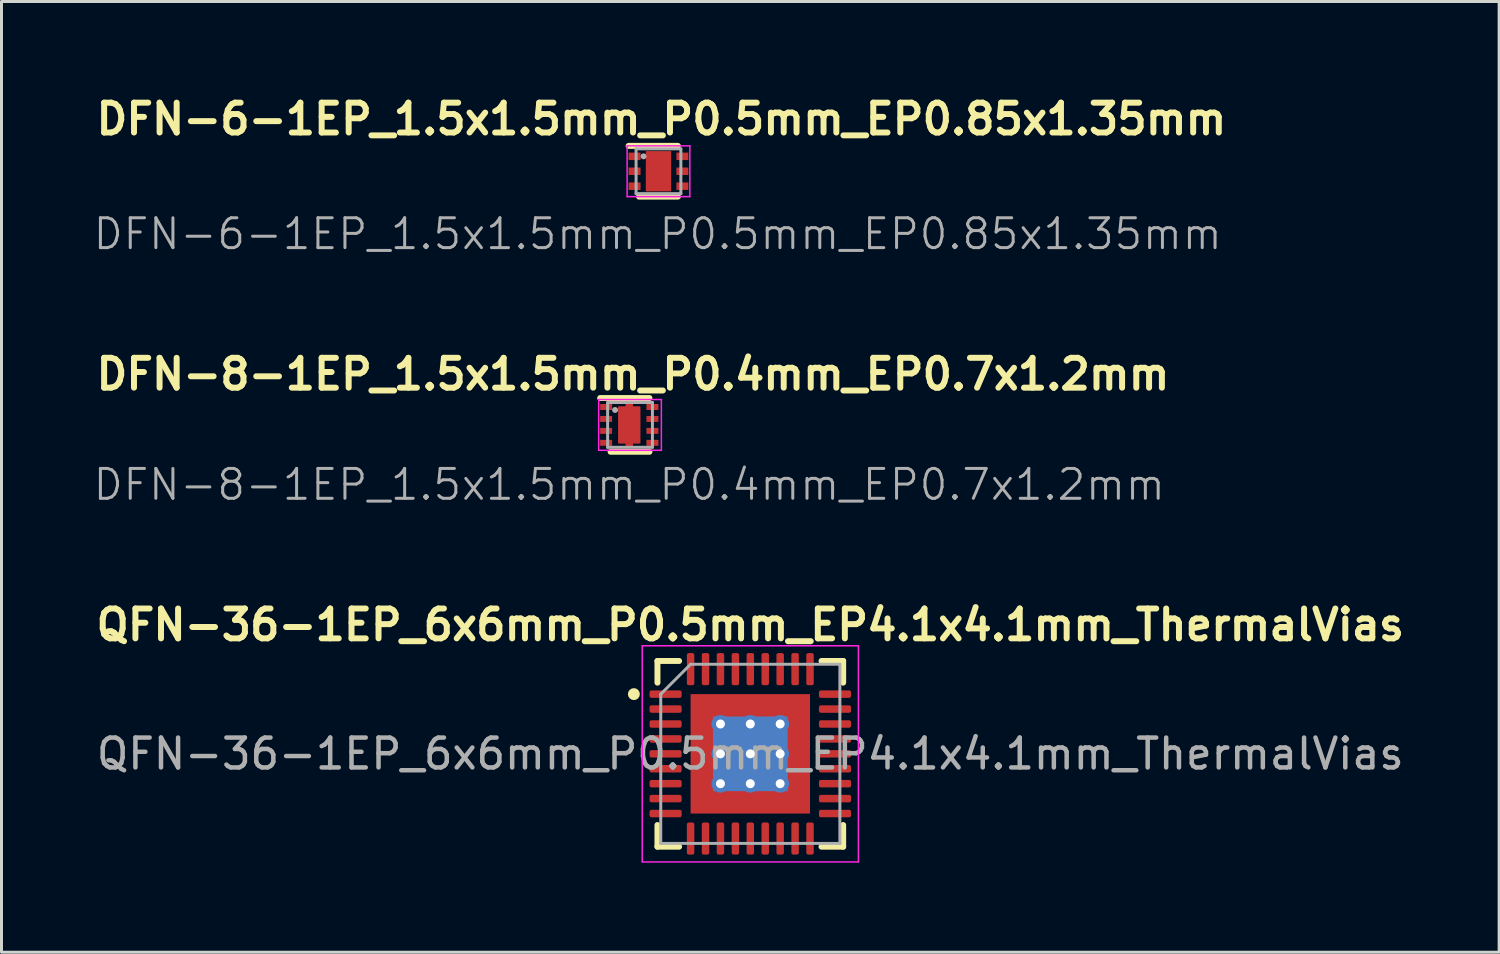
<source format=kicad_pcb>
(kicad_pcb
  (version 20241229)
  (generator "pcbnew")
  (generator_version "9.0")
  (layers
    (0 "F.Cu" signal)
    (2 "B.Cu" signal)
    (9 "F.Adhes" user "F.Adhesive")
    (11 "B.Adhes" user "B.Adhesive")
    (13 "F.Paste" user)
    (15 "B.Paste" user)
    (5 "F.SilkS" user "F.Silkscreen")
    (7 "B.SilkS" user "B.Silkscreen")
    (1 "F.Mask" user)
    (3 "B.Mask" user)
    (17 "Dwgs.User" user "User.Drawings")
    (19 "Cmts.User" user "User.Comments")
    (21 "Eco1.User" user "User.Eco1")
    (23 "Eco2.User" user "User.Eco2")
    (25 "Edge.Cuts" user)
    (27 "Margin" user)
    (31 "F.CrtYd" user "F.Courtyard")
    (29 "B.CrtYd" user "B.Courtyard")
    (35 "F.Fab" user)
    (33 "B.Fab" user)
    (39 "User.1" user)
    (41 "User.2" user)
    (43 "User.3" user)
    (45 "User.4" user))
  (footprint "DFN-6-1EP_1.5x1.5mm_P0.5mm_EP0.85x1.35mm"
    (layer "F.Cu")
    (at 18.23 2.186)
    (property "Reference" "DFN-6-1EP_1.5x1.5mm_P0.5mm_EP0.85x1.35mm" (at 0.875 -1.25 0) (layer "F.SilkS") (effects (font (size 1 1) (thickness 0.2))))
    (attr smd)
    (fp_line (start 1.425 -0.35) (end -0.225 -0.35) (stroke (width 0.2) (type solid)) (layer "F.SilkS"))
    (fp_line (start 1.425 1.35) (end 0.125 1.35) (stroke (width 0.2) (type solid)) (layer "F.SilkS"))
    (fp_line (start -0.275 -0.35) (end -0.275 1.35) (stroke (width 0.05) (type solid)) (layer "F.CrtYd"))
    (fp_line (start -0.275 1.35) (end 1.825 1.35) (stroke (width 0.05) (type solid)) (layer "F.CrtYd"))
    (fp_line (start 1.825 -0.35) (end -0.275 -0.35) (stroke (width 0.05) (type solid)) (layer "F.CrtYd"))
    (fp_line (start 1.825 1.35) (end 1.825 -0.35) (stroke (width 0.05) (type solid)) (layer "F.CrtYd"))
    (fp_line (start 0.025 -0.25) (end 0.025 1.25) (stroke (width 0.1) (type solid)) (layer "F.Fab"))
    (fp_line (start 0.025 1.25) (end 1.525 1.25) (stroke (width 0.1) (type solid)) (layer "F.Fab"))
    (fp_line (start 1.525 -0.25) (end 0.025 -0.25) (stroke (width 0.1) (type solid)) (layer "F.Fab"))
    (fp_line (start 1.525 1.25) (end 1.525 -0.25) (stroke (width 0.1) (type solid)) (layer "F.Fab"))
    (fp_circle (center 0.275 0) (end 0.325 0) (stroke (width 0.1) (type solid)) (fill no) (layer "F.Fab"))
    (fp_text user "${REFERENCE}" (at 0.75 2.6 0) (layer "F.Fab") (effects (font (size 1 1) (thickness 0.1))))
    (pad "1" smd rect (at -0.025 0) (size 0.4 0.25) (layers "F.Cu" "F.Mask" "F.Paste"))
    (pad "2" smd rect (at -0.025 0.5) (size 0.4 0.25) (layers "F.Cu" "F.Mask" "F.Paste"))
    (pad "3" smd rect (at -0.025 1) (size 0.4 0.25) (layers "F.Cu" "F.Mask" "F.Paste"))
    (pad "4" smd rect (at 1.575 1) (size 0.4 0.25) (layers "F.Cu" "F.Mask" "F.Paste"))
    (pad "5" smd rect (at 1.575 0.5) (size 0.4 0.25) (layers "F.Cu" "F.Mask" "F.Paste"))
    (pad "6" smd rect (at 0.775 0.5) (size 0.85 1.35) (layers "F.Cu" "F.Mask" "F.Paste"))
    (pad "6" smd rect (at 1.575 0) (size 0.4 0.25) (layers "F.Cu" "F.Mask" "F.Paste")))
  (footprint "QFN-36-1EP_6x6mm_P0.5mm_EP4.1x4.1mm_ThermalVias"
    (layer "F.Cu")
    (at 22.081 22.199)
    (property "Reference" "QFN-36-1EP_6x6mm_P0.5mm_EP4.1x4.1mm_ThermalVias" (at 0 -4.32 0) (layer "F.SilkS") (effects (font (size 1 1) (thickness 0.2))))
    (attr smd)
    (fp_line (start -3.11 -3.11) (end -3.11 -2.385) (stroke (width 0.2) (type solid)) (layer "F.SilkS"))
    (fp_line (start -3.11 3.11) (end -3.11 2.385) (stroke (width 0.2) (type solid)) (layer "F.SilkS"))
    (fp_line (start -2.385 -3.11) (end -3.11 -3.11) (stroke (width 0.2) (type solid)) (layer "F.SilkS"))
    (fp_line (start -2.385 3.11) (end -3.11 3.11) (stroke (width 0.2) (type solid)) (layer "F.SilkS"))
    (fp_line (start 2.385 -3.11) (end 3.11 -3.11) (stroke (width 0.2) (type solid)) (layer "F.SilkS"))
    (fp_line (start 2.385 3.11) (end 3.11 3.11) (stroke (width 0.2) (type solid)) (layer "F.SilkS"))
    (fp_line (start 3.11 -3.11) (end 3.11 -2.385) (stroke (width 0.2) (type solid)) (layer "F.SilkS"))
    (fp_line (start 3.11 3.11) (end 3.11 2.385) (stroke (width 0.2) (type solid)) (layer "F.SilkS"))
    (fp_circle (center -3.9 -2) (end -3.8 -2) (stroke (width 0.2) (type solid)) (fill no) (layer "F.SilkS"))
    (fp_line (start -3.62 -3.62) (end -3.62 3.62) (stroke (width 0.05) (type solid)) (layer "F.CrtYd"))
    (fp_line (start -3.62 3.62) (end 3.62 3.62) (stroke (width 0.05) (type solid)) (layer "F.CrtYd"))
    (fp_line (start 3.62 -3.62) (end -3.62 -3.62) (stroke (width 0.05) (type solid)) (layer "F.CrtYd"))
    (fp_line (start 3.62 3.62) (end 3.62 -3.62) (stroke (width 0.05) (type solid)) (layer "F.CrtYd"))
    (fp_line (start -3 -2) (end -2 -3) (stroke (width 0.1) (type solid)) (layer "F.Fab"))
    (fp_line (start -3 3) (end -3 -2) (stroke (width 0.1) (type solid)) (layer "F.Fab"))
    (fp_line (start -2 -3) (end 3 -3) (stroke (width 0.1) (type solid)) (layer "F.Fab"))
    (fp_line (start 3 -3) (end 3 3) (stroke (width 0.1) (type solid)) (layer "F.Fab"))
    (fp_line (start 3 3) (end -3 3) (stroke (width 0.1) (type solid)) (layer "F.Fab"))
    (fp_text user "${REFERENCE}" (at 0 0 0) (layer "F.Fab") (effects (font (size 1 1) (thickness 0.15))))
    (pad "" smd roundrect (at -1.525 -1.525) (size 0.847 0.847) (layers "F.Paste") (roundrect_rratio 0.25))
    (pad "" smd roundrect (at -1.525 -0.5) (size 0.847 0.806) (layers "F.Paste") (roundrect_rratio 0.25))
    (pad "" smd roundrect (at -1.525 0.5) (size 0.847 0.806) (layers "F.Paste") (roundrect_rratio 0.25))
    (pad "" smd roundrect (at -1.525 1.525) (size 0.847 0.847) (layers "F.Paste") (roundrect_rratio 0.25))
    (pad "" smd roundrect (at -0.5 -1.525) (size 0.806 0.847) (layers "F.Paste") (roundrect_rratio 0.25))
    (pad "" smd roundrect (at -0.5 -0.5) (size 0.806 0.806) (layers "F.Paste") (roundrect_rratio 0.25))
    (pad "" smd roundrect (at -0.5 0.5) (size 0.806 0.806) (layers "F.Paste") (roundrect_rratio 0.25))
    (pad "" smd roundrect (at -0.5 1.525) (size 0.806 0.847) (layers "F.Paste") (roundrect_rratio 0.25))
    (pad "" smd roundrect (at 0.5 -1.525) (size 0.806 0.847) (layers "F.Paste") (roundrect_rratio 0.25))
    (pad "" smd roundrect (at 0.5 -0.5) (size 0.806 0.806) (layers "F.Paste") (roundrect_rratio 0.25))
    (pad "" smd roundrect (at 0.5 0.5) (size 0.806 0.806) (layers "F.Paste") (roundrect_rratio 0.25))
    (pad "" smd roundrect (at 0.5 1.525) (size 0.806 0.847) (layers "F.Paste") (roundrect_rratio 0.25))
    (pad "" smd roundrect (at 1.525 -1.525) (size 0.847 0.847) (layers "F.Paste") (roundrect_rratio 0.25))
    (pad "" smd roundrect (at 1.525 -0.5) (size 0.847 0.806) (layers "F.Paste") (roundrect_rratio 0.25))
    (pad "" smd roundrect (at 1.525 0.5) (size 0.847 0.806) (layers "F.Paste") (roundrect_rratio 0.25))
    (pad "" smd roundrect (at 1.525 1.525) (size 0.847 0.847) (layers "F.Paste") (roundrect_rratio 0.25))
    (pad "1" smd roundrect (at -2.837 -2) (size 1.075 0.25) (layers "F.Cu" "F.Mask" "F.Paste") (roundrect_rratio 0.25))
    (pad "2" smd roundrect (at -2.837 -1.5) (size 1.075 0.25) (layers "F.Cu" "F.Mask" "F.Paste") (roundrect_rratio 0.25))
    (pad "3" smd roundrect (at -2.837 -1) (size 1.075 0.25) (layers "F.Cu" "F.Mask" "F.Paste") (roundrect_rratio 0.25))
    (pad "4" smd roundrect (at -2.837 -0.5) (size 1.075 0.25) (layers "F.Cu" "F.Mask" "F.Paste") (roundrect_rratio 0.25))
    (pad "5" smd roundrect (at -2.837 0) (size 1.075 0.25) (layers "F.Cu" "F.Mask" "F.Paste") (roundrect_rratio 0.25))
    (pad "6" smd roundrect (at -2.837 0.5) (size 1.075 0.25) (layers "F.Cu" "F.Mask" "F.Paste") (roundrect_rratio 0.25))
    (pad "7" smd roundrect (at -2.837 1) (size 1.075 0.25) (layers "F.Cu" "F.Mask" "F.Paste") (roundrect_rratio 0.25))
    (pad "8" smd roundrect (at -2.837 1.5) (size 1.075 0.25) (layers "F.Cu" "F.Mask" "F.Paste") (roundrect_rratio 0.25))
    (pad "9" smd roundrect (at -2.837 2) (size 1.075 0.25) (layers "F.Cu" "F.Mask" "F.Paste") (roundrect_rratio 0.25))
    (pad "10" smd roundrect (at -2 2.837) (size 0.25 1.075) (layers "F.Cu" "F.Mask" "F.Paste") (roundrect_rratio 0.25))
    (pad "11" smd roundrect (at -1.5 2.837) (size 0.25 1.075) (layers "F.Cu" "F.Mask" "F.Paste") (roundrect_rratio 0.25))
    (pad "12" smd roundrect (at -1 2.837) (size 0.25 1.075) (layers "F.Cu" "F.Mask" "F.Paste") (roundrect_rratio 0.25))
    (pad "13" smd roundrect (at -0.5 2.837) (size 0.25 1.075) (layers "F.Cu" "F.Mask" "F.Paste") (roundrect_rratio 0.25))
    (pad "14" smd roundrect (at 0 2.837) (size 0.25 1.075) (layers "F.Cu" "F.Mask" "F.Paste") (roundrect_rratio 0.25))
    (pad "15" smd roundrect (at 0.5 2.837) (size 0.25 1.075) (layers "F.Cu" "F.Mask" "F.Paste") (roundrect_rratio 0.25))
    (pad "16" smd roundrect (at 1 2.837) (size 0.25 1.075) (layers "F.Cu" "F.Mask" "F.Paste") (roundrect_rratio 0.25))
    (pad "17" smd roundrect (at 1.5 2.837) (size 0.25 1.075) (layers "F.Cu" "F.Mask" "F.Paste") (roundrect_rratio 0.25))
    (pad "18" smd roundrect (at 2 2.837) (size 0.25 1.075) (layers "F.Cu" "F.Mask" "F.Paste") (roundrect_rratio 0.25))
    (pad "19" smd roundrect (at 2.837 2) (size 1.075 0.25) (layers "F.Cu" "F.Mask" "F.Paste") (roundrect_rratio 0.25))
    (pad "20" smd roundrect (at 2.837 1.5) (size 1.075 0.25) (layers "F.Cu" "F.Mask" "F.Paste") (roundrect_rratio 0.25))
    (pad "21" smd roundrect (at 2.837 1) (size 1.075 0.25) (layers "F.Cu" "F.Mask" "F.Paste") (roundrect_rratio 0.25))
    (pad "22" smd roundrect (at 2.837 0.5) (size 1.075 0.25) (layers "F.Cu" "F.Mask" "F.Paste") (roundrect_rratio 0.25))
    (pad "23" smd roundrect (at 2.837 0) (size 1.075 0.25) (layers "F.Cu" "F.Mask" "F.Paste") (roundrect_rratio 0.25))
    (pad "24" smd roundrect (at 2.837 -0.5) (size 1.075 0.25) (layers "F.Cu" "F.Mask" "F.Paste") (roundrect_rratio 0.25))
    (pad "25" smd roundrect (at 2.837 -1) (size 1.075 0.25) (layers "F.Cu" "F.Mask" "F.Paste") (roundrect_rratio 0.25))
    (pad "26" smd roundrect (at 2.837 -1.5) (size 1.075 0.25) (layers "F.Cu" "F.Mask" "F.Paste") (roundrect_rratio 0.25))
    (pad "27" smd roundrect (at 2.837 -2) (size 1.075 0.25) (layers "F.Cu" "F.Mask" "F.Paste") (roundrect_rratio 0.25))
    (pad "28" smd roundrect (at 2 -2.837) (size 0.25 1.075) (layers "F.Cu" "F.Mask" "F.Paste") (roundrect_rratio 0.25))
    (pad "29" smd roundrect (at 1.5 -2.837) (size 0.25 1.075) (layers "F.Cu" "F.Mask" "F.Paste") (roundrect_rratio 0.25))
    (pad "30" smd roundrect (at 1 -2.837) (size 0.25 1.075) (layers "F.Cu" "F.Mask" "F.Paste") (roundrect_rratio 0.25))
    (pad "31" smd roundrect (at 0.5 -2.837) (size 0.25 1.075) (layers "F.Cu" "F.Mask" "F.Paste") (roundrect_rratio 0.25))
    (pad "32" smd roundrect (at 0 -2.837) (size 0.25 1.075) (layers "F.Cu" "F.Mask" "F.Paste") (roundrect_rratio 0.25))
    (pad "33" smd roundrect (at -0.5 -2.837) (size 0.25 1.075) (layers "F.Cu" "F.Mask" "F.Paste") (roundrect_rratio 0.25))
    (pad "34" smd roundrect (at -1 -2.837) (size 0.25 1.075) (layers "F.Cu" "F.Mask" "F.Paste") (roundrect_rratio 0.25))
    (pad "35" smd roundrect (at -1.5 -2.837) (size 0.25 1.075) (layers "F.Cu" "F.Mask" "F.Paste") (roundrect_rratio 0.25))
    (pad "36" smd roundrect (at -2 -2.837) (size 0.25 1.075) (layers "F.Cu" "F.Mask" "F.Paste") (roundrect_rratio 0.25))
    (pad "37" thru_hole circle (at -1 -1) (size 0.6 0.6) (drill 0.3) (layers "*.Cu"))
    (pad "37" thru_hole circle (at -1 0) (size 0.6 0.6) (drill 0.3) (layers "*.Cu"))
    (pad "37" thru_hole circle (at -1 1) (size 0.6 0.6) (drill 0.3) (layers "*.Cu"))
    (pad "37" thru_hole circle (at 0 -1) (size 0.6 0.6) (drill 0.3) (layers "*.Cu"))
    (pad "37" thru_hole circle (at 0 0) (size 0.6 0.6) (drill 0.3) (layers "*.Cu"))
    (pad "37" smd rect (at 0 0) (size 2.5 2.5) (layers "B.Cu"))
    (pad "37" smd rect (at 0 0) (size 4 4) (layers "F.Cu" "F.Mask"))
    (pad "37" thru_hole circle (at 0 1) (size 0.6 0.6) (drill 0.3) (layers "*.Cu"))
    (pad "37" thru_hole circle (at 1 -1) (size 0.6 0.6) (drill 0.3) (layers "*.Cu"))
    (pad "37" thru_hole circle (at 1 0) (size 0.6 0.6) (drill 0.3) (layers "*.Cu"))
    (pad "37" thru_hole circle (at 1 1) (size 0.6 0.6) (drill 0.3) (layers "*.Cu")))
  (footprint "DFN-8-1EP_1.5x1.5mm_P0.4mm_EP0.7x1.2mm"
    (layer "F.Cu")
    (at 17.277 10.582)
    (property "Reference" "DFN-8-1EP_1.5x1.5mm_P0.4mm_EP0.7x1.2mm" (at 0.875 -1.1 0) (layer "F.SilkS") (effects (font (size 1 1) (thickness 0.2))))
    (attr smd)
    (fp_line (start 1.425 -0.3) (end -0.225 -0.3) (stroke (width 0.2) (type solid)) (layer "F.SilkS"))
    (fp_line (start 1.425 1.5) (end 0.125 1.5) (stroke (width 0.2) (type solid)) (layer "F.SilkS"))
    (fp_line (start -0.275 -0.25) (end -0.275 1.45) (stroke (width 0.05) (type solid)) (layer "F.CrtYd"))
    (fp_line (start -0.275 1.45) (end 1.825 1.45) (stroke (width 0.05) (type solid)) (layer "F.CrtYd"))
    (fp_line (start 1.825 -0.25) (end -0.275 -0.25) (stroke (width 0.05) (type solid)) (layer "F.CrtYd"))
    (fp_line (start 1.825 1.45) (end 1.825 -0.25) (stroke (width 0.05) (type solid)) (layer "F.CrtYd"))
    (fp_line (start 0.025 -0.15) (end 0.025 1.35) (stroke (width 0.1) (type solid)) (layer "F.Fab"))
    (fp_line (start 0.025 1.35) (end 1.525 1.35) (stroke (width 0.1) (type solid)) (layer "F.Fab"))
    (fp_line (start 1.525 -0.15) (end 0.025 -0.15) (stroke (width 0.1) (type solid)) (layer "F.Fab"))
    (fp_line (start 1.525 1.35) (end 1.525 -0.15) (stroke (width 0.1) (type solid)) (layer "F.Fab"))
    (fp_circle (center 0.275 0.1) (end 0.325 0.1) (stroke (width 0.1) (type solid)) (fill no) (layer "F.Fab"))
    (fp_text user "${REFERENCE}" (at 0.75 2.6 0) (layer "F.Fab") (effects (font (size 1 1) (thickness 0.1))))
    (pad "1" smd rect (at -0.025 0) (size 0.4 0.2) (layers "F.Cu" "F.Mask" "F.Paste"))
    (pad "2" smd rect (at -0.025 0.4) (size 0.4 0.2) (layers "F.Cu" "F.Mask" "F.Paste"))
    (pad "3" smd rect (at -0.025 0.8) (size 0.4 0.2) (layers "F.Cu" "F.Mask" "F.Paste"))
    (pad "4" smd rect (at -0.025 1.2) (size 0.4 0.2) (layers "F.Cu" "F.Mask" "F.Paste"))
    (pad "5" smd rect (at 1.525 1.2) (size 0.4 0.2) (layers "F.Cu" "F.Mask" "F.Paste"))
    (pad "6" smd rect (at 1.525 0.8) (size 0.4 0.2) (layers "F.Cu" "F.Mask" "F.Paste"))
    (pad "7" smd rect (at 1.525 0.4) (size 0.4 0.2) (layers "F.Cu" "F.Mask" "F.Paste"))
    (pad "8" smd rect (at 1.525 0) (size 0.4 0.2) (layers "F.Cu" "F.Mask" "F.Paste"))
    (pad "9" smd custom (at 0.75 0.6) (size 0.7 1.2) (layers "F.Cu" "F.Mask" "F.Paste") (options (anchor rect)) (primitives (gr_poly (pts (xy -0.1 -0.6) (xy -0.1 -0.7) (xy 0.1 -0.7) (xy 0.1 -0.6) (xy 0.35 -0.6) (xy 0.35 0.6) (xy 0.1 0.6) (xy 0.1 0.7) (xy -0.1 0.7) (xy -0.1 0.6) (xy -0.35 0.6) (xy -0.35 -0.6)) (width 0.05) (fill yes)))))
  (gr_rect
    (start -3 -3)
    (end 47.162 28.844)
    (stroke (width 0.1) (type default))
    (fill no)
    (layer "Edge.Cuts")))
</source>
